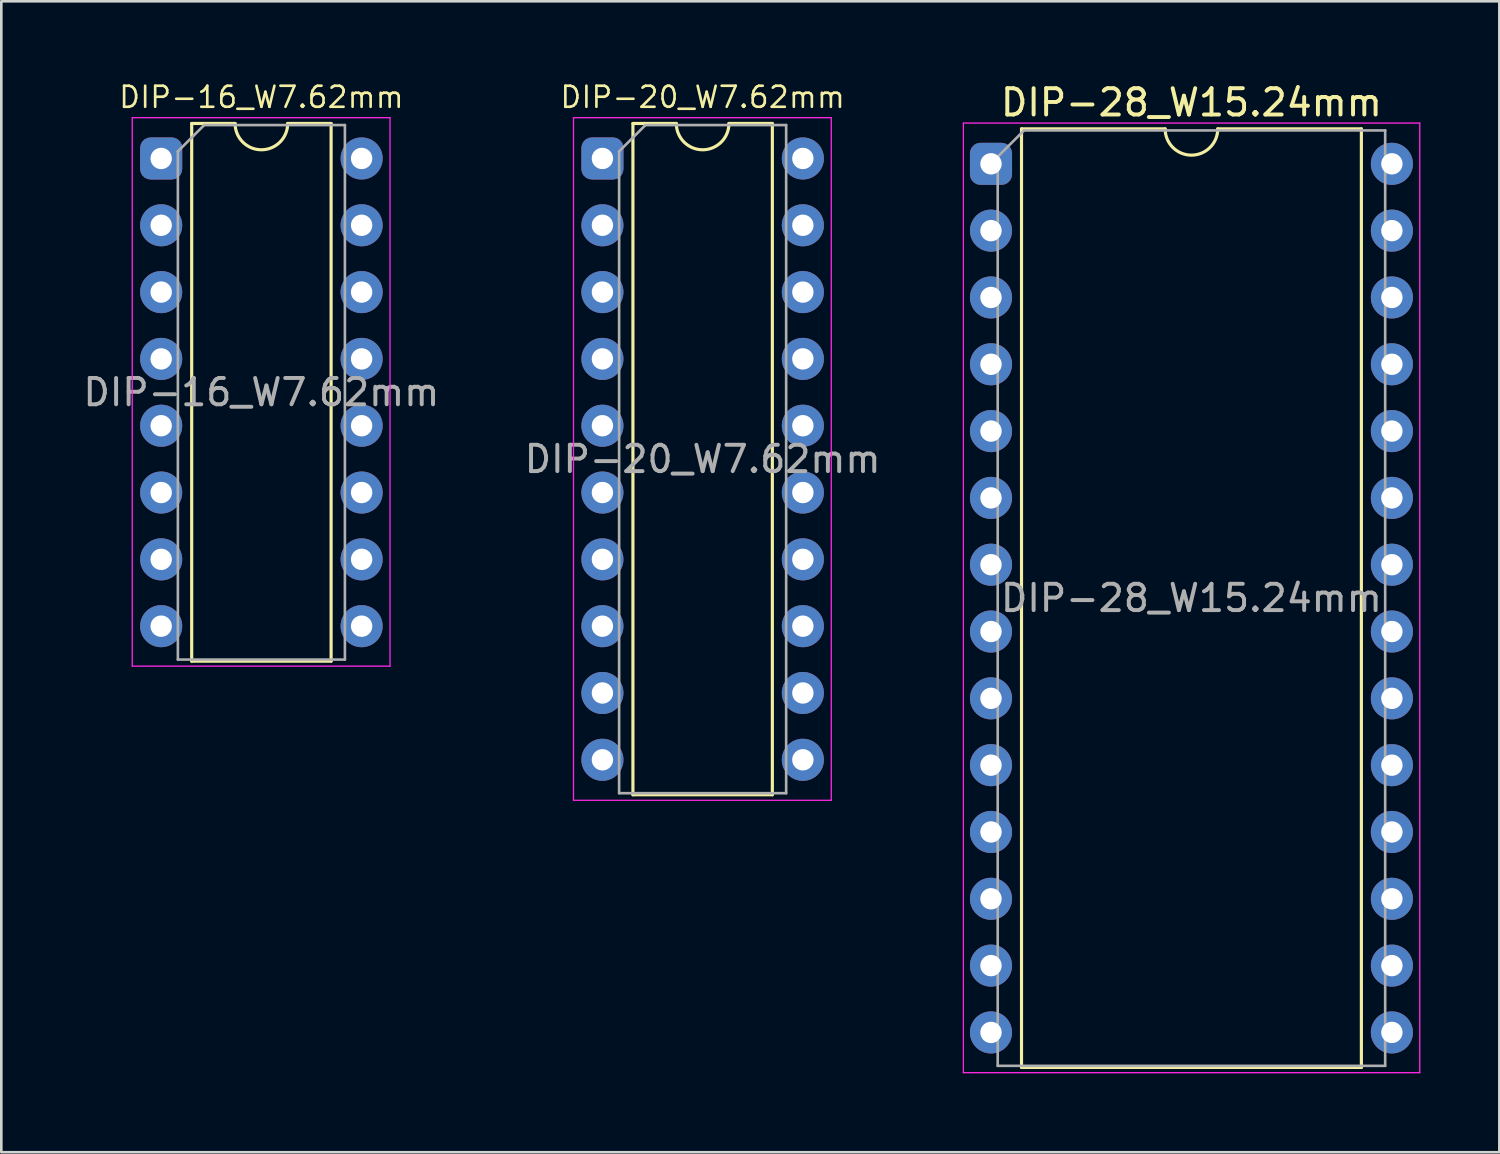
<source format=kicad_pcb>
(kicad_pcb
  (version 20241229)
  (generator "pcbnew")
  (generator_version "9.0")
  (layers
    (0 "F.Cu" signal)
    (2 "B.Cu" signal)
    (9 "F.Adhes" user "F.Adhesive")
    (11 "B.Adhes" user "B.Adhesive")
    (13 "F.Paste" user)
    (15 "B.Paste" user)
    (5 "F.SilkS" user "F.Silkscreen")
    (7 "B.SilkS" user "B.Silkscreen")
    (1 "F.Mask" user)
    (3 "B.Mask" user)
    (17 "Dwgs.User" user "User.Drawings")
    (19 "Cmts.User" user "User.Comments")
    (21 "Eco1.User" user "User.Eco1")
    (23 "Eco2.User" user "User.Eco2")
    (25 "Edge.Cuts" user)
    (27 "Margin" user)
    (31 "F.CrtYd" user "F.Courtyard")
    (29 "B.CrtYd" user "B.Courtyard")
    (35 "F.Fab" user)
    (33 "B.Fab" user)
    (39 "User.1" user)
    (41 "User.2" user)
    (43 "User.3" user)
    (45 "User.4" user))
  (footprint "DIP-20_W7.62mm"
    (layer "F.Cu")
    (at 19.851 2.974)
    (property "Reference" "DIP-20_W7.62mm" (at 3.81 -2.33 0) (unlocked yes) (layer "F.SilkS") (effects (font (size 0.8 0.8) (thickness 0.1))))
    (attr through_hole)
    (fp_line (start 1.16 -1.33) (end 1.16 24.19) (stroke (width 0.12) (type solid)) (layer "F.SilkS"))
    (fp_line (start 1.16 24.19) (end 6.46 24.19) (stroke (width 0.12) (type solid)) (layer "F.SilkS"))
    (fp_line (start 2.81 -1.33) (end 1.16 -1.33) (stroke (width 0.12) (type solid)) (layer "F.SilkS"))
    (fp_line (start 6.46 -1.33) (end 4.81 -1.33) (stroke (width 0.12) (type solid)) (layer "F.SilkS"))
    (fp_line (start 6.46 24.19) (end 6.46 -1.33) (stroke (width 0.12) (type solid)) (layer "F.SilkS"))
    (fp_arc (start 4.81 -1.33) (mid 3.81 -0.33) (end 2.81 -1.33) (stroke (width 0.12) (type solid)) (layer "F.SilkS"))
    (fp_line (start -1.1 -1.55) (end -1.1 24.4) (stroke (width 0.05) (type solid)) (layer "F.CrtYd"))
    (fp_line (start -1.1 24.4) (end 8.7 24.4) (stroke (width 0.05) (type solid)) (layer "F.CrtYd"))
    (fp_line (start 8.7 -1.55) (end -1.1 -1.55) (stroke (width 0.05) (type solid)) (layer "F.CrtYd"))
    (fp_line (start 8.7 24.4) (end 8.7 -1.55) (stroke (width 0.05) (type solid)) (layer "F.CrtYd"))
    (fp_line (start 0.635 -0.27) (end 1.635 -1.27) (stroke (width 0.1) (type solid)) (layer "F.Fab"))
    (fp_line (start 0.635 24.13) (end 0.635 -0.27) (stroke (width 0.1) (type solid)) (layer "F.Fab"))
    (fp_line (start 1.635 -1.27) (end 6.985 -1.27) (stroke (width 0.1) (type solid)) (layer "F.Fab"))
    (fp_line (start 6.985 -1.27) (end 6.985 24.13) (stroke (width 0.1) (type solid)) (layer "F.Fab"))
    (fp_line (start 6.985 24.13) (end 0.635 24.13) (stroke (width 0.1) (type solid)) (layer "F.Fab"))
    (fp_text user "${REFERENCE}" (at 3.81 11.43 0) (layer "F.Fab") (effects (font (size 1 1) (thickness 0.15))))
    (pad "1" thru_hole roundrect (at 0 0) (size 1.6 1.6) (drill 0.813) (layers "*.Cu" "*.Mask") (roundrect_rratio 0.25))
    (pad "2" thru_hole circle (at 0 2.54) (size 1.6 1.6) (drill 0.813) (layers "*.Cu" "*.Mask"))
    (pad "3" thru_hole circle (at 0 5.08) (size 1.6 1.6) (drill 0.813) (layers "*.Cu" "*.Mask"))
    (pad "4" thru_hole circle (at 0 7.62) (size 1.6 1.6) (drill 0.813) (layers "*.Cu" "*.Mask"))
    (pad "5" thru_hole circle (at 0 10.16) (size 1.6 1.6) (drill 0.813) (layers "*.Cu" "*.Mask"))
    (pad "6" thru_hole circle (at 0 12.7) (size 1.6 1.6) (drill 0.813) (layers "*.Cu" "*.Mask"))
    (pad "7" thru_hole circle (at 0 15.24) (size 1.6 1.6) (drill 0.813) (layers "*.Cu" "*.Mask"))
    (pad "8" thru_hole circle (at 0 17.78) (size 1.6 1.6) (drill 0.813) (layers "*.Cu" "*.Mask"))
    (pad "9" thru_hole circle (at 0 20.32) (size 1.6 1.6) (drill 0.813) (layers "*.Cu" "*.Mask"))
    (pad "10" thru_hole circle (at 0 22.86) (size 1.6 1.6) (drill 0.813) (layers "*.Cu" "*.Mask"))
    (pad "11" thru_hole circle (at 7.62 22.86) (size 1.6 1.6) (drill 0.813) (layers "*.Cu" "*.Mask"))
    (pad "12" thru_hole circle (at 7.62 20.32) (size 1.6 1.6) (drill 0.813) (layers "*.Cu" "*.Mask"))
    (pad "13" thru_hole circle (at 7.62 17.78) (size 1.6 1.6) (drill 0.813) (layers "*.Cu" "*.Mask"))
    (pad "14" thru_hole circle (at 7.62 15.24) (size 1.6 1.6) (drill 0.813) (layers "*.Cu" "*.Mask"))
    (pad "15" thru_hole circle (at 7.62 12.7) (size 1.6 1.6) (drill 0.813) (layers "*.Cu" "*.Mask"))
    (pad "16" thru_hole circle (at 7.62 10.16) (size 1.6 1.6) (drill 0.813) (layers "*.Cu" "*.Mask"))
    (pad "17" thru_hole circle (at 7.62 7.62) (size 1.6 1.6) (drill 0.813) (layers "*.Cu" "*.Mask"))
    (pad "18" thru_hole circle (at 7.62 5.08) (size 1.6 1.6) (drill 0.813) (layers "*.Cu" "*.Mask"))
    (pad "19" thru_hole circle (at 7.62 2.54) (size 1.6 1.6) (drill 0.813) (layers "*.Cu" "*.Mask"))
    (pad "20" thru_hole circle (at 7.62 0) (size 1.6 1.6) (drill 0.813) (layers "*.Cu" "*.Mask")))
  (footprint "DIP-28_W15.24mm"
    (layer "F.Cu")
    (at 34.623 3.178)
    (property "Reference" "DIP-28_W15.24mm" (at 7.62 -2.33 0) (layer "F.SilkS") (effects (font (size 1 1) (thickness 0.15))))
    (attr through_hole)
    (fp_line (start 1.16 -1.33) (end 1.16 34.35) (stroke (width 0.12) (type solid)) (layer "F.SilkS"))
    (fp_line (start 1.16 34.35) (end 14.08 34.35) (stroke (width 0.12) (type solid)) (layer "F.SilkS"))
    (fp_line (start 6.62 -1.33) (end 1.16 -1.33) (stroke (width 0.12) (type solid)) (layer "F.SilkS"))
    (fp_line (start 14.08 -1.33) (end 8.62 -1.33) (stroke (width 0.12) (type solid)) (layer "F.SilkS"))
    (fp_line (start 14.08 34.35) (end 14.08 -1.33) (stroke (width 0.12) (type solid)) (layer "F.SilkS"))
    (fp_arc (start 8.62 -1.33) (mid 7.62 -0.33) (end 6.62 -1.33) (stroke (width 0.12) (type solid)) (layer "F.SilkS"))
    (fp_line (start -1.05 -1.55) (end -1.05 34.55) (stroke (width 0.05) (type solid)) (layer "F.CrtYd"))
    (fp_line (start -1.05 34.55) (end 16.3 34.55) (stroke (width 0.05) (type solid)) (layer "F.CrtYd"))
    (fp_line (start 16.3 -1.55) (end -1.05 -1.55) (stroke (width 0.05) (type solid)) (layer "F.CrtYd"))
    (fp_line (start 16.3 34.55) (end 16.3 -1.55) (stroke (width 0.05) (type solid)) (layer "F.CrtYd"))
    (fp_line (start 0.255 -0.27) (end 1.255 -1.27) (stroke (width 0.1) (type solid)) (layer "F.Fab"))
    (fp_line (start 0.255 34.29) (end 0.255 -0.27) (stroke (width 0.1) (type solid)) (layer "F.Fab"))
    (fp_line (start 1.255 -1.27) (end 14.985 -1.27) (stroke (width 0.1) (type solid)) (layer "F.Fab"))
    (fp_line (start 14.985 -1.27) (end 14.985 34.29) (stroke (width 0.1) (type solid)) (layer "F.Fab"))
    (fp_line (start 14.985 34.29) (end 0.255 34.29) (stroke (width 0.1) (type solid)) (layer "F.Fab"))
    (fp_text user "${REFERENCE}" (at 7.62 16.51 0) (layer "F.Fab") (effects (font (size 1 1) (thickness 0.15))))
    (pad "1" thru_hole roundrect (at 0 0) (size 1.6 1.6) (drill 0.813) (layers "*.Cu" "*.Mask") (roundrect_rratio 0.25))
    (pad "2" thru_hole circle (at 0 2.54) (size 1.6 1.6) (drill 0.813) (layers "*.Cu" "*.Mask"))
    (pad "3" thru_hole circle (at 0 5.08) (size 1.6 1.6) (drill 0.813) (layers "*.Cu" "*.Mask"))
    (pad "4" thru_hole circle (at 0 7.62) (size 1.6 1.6) (drill 0.813) (layers "*.Cu" "*.Mask"))
    (pad "5" thru_hole circle (at 0 10.16) (size 1.6 1.6) (drill 0.813) (layers "*.Cu" "*.Mask"))
    (pad "6" thru_hole circle (at 0 12.7) (size 1.6 1.6) (drill 0.813) (layers "*.Cu" "*.Mask"))
    (pad "7" thru_hole circle (at 0 15.24) (size 1.6 1.6) (drill 0.813) (layers "*.Cu" "*.Mask"))
    (pad "8" thru_hole circle (at 0 17.78) (size 1.6 1.6) (drill 0.813) (layers "*.Cu" "*.Mask"))
    (pad "9" thru_hole circle (at 0 20.32) (size 1.6 1.6) (drill 0.813) (layers "*.Cu" "*.Mask"))
    (pad "10" thru_hole circle (at 0 22.86) (size 1.6 1.6) (drill 0.813) (layers "*.Cu" "*.Mask"))
    (pad "11" thru_hole circle (at 0 25.4) (size 1.6 1.6) (drill 0.813) (layers "*.Cu" "*.Mask"))
    (pad "12" thru_hole circle (at 0 27.94) (size 1.6 1.6) (drill 0.813) (layers "*.Cu" "*.Mask"))
    (pad "13" thru_hole circle (at 0 30.48) (size 1.6 1.6) (drill 0.813) (layers "*.Cu" "*.Mask"))
    (pad "14" thru_hole circle (at 0 33.02) (size 1.6 1.6) (drill 0.813) (layers "*.Cu" "*.Mask"))
    (pad "15" thru_hole circle (at 15.24 33.02) (size 1.6 1.6) (drill 0.813) (layers "*.Cu" "*.Mask"))
    (pad "16" thru_hole circle (at 15.24 30.48) (size 1.6 1.6) (drill 0.813) (layers "*.Cu" "*.Mask"))
    (pad "17" thru_hole circle (at 15.24 27.94) (size 1.6 1.6) (drill 0.813) (layers "*.Cu" "*.Mask"))
    (pad "18" thru_hole circle (at 15.24 25.4) (size 1.6 1.6) (drill 0.813) (layers "*.Cu" "*.Mask"))
    (pad "19" thru_hole circle (at 15.24 22.86) (size 1.6 1.6) (drill 0.813) (layers "*.Cu" "*.Mask"))
    (pad "20" thru_hole circle (at 15.24 20.32) (size 1.6 1.6) (drill 0.813) (layers "*.Cu" "*.Mask"))
    (pad "21" thru_hole circle (at 15.24 17.78) (size 1.6 1.6) (drill 0.813) (layers "*.Cu" "*.Mask"))
    (pad "22" thru_hole circle (at 15.24 15.24) (size 1.6 1.6) (drill 0.813) (layers "*.Cu" "*.Mask"))
    (pad "23" thru_hole circle (at 15.24 12.7) (size 1.6 1.6) (drill 0.813) (layers "*.Cu" "*.Mask"))
    (pad "24" thru_hole circle (at 15.24 10.16) (size 1.6 1.6) (drill 0.813) (layers "*.Cu" "*.Mask"))
    (pad "25" thru_hole circle (at 15.24 7.62) (size 1.6 1.6) (drill 0.813) (layers "*.Cu" "*.Mask"))
    (pad "26" thru_hole circle (at 15.24 5.08) (size 1.6 1.6) (drill 0.813) (layers "*.Cu" "*.Mask"))
    (pad "27" thru_hole circle (at 15.24 2.54) (size 1.6 1.6) (drill 0.813) (layers "*.Cu" "*.Mask"))
    (pad "28" thru_hole circle (at 15.24 0) (size 1.6 1.6) (drill 0.813) (layers "*.Cu" "*.Mask")))
  (footprint "DIP-16_W7.62mm"
    (layer "F.Cu")
    (at 3.077 2.974)
    (property "Reference" "DIP-16_W7.62mm" (at 3.81 -2.33 0) (unlocked yes) (layer "F.SilkS") (effects (font (size 0.8 0.8) (thickness 0.1))))
    (attr through_hole)
    (fp_line (start 1.16 -1.33) (end 1.16 19.11) (stroke (width 0.12) (type solid)) (layer "F.SilkS"))
    (fp_line (start 1.16 19.11) (end 6.46 19.11) (stroke (width 0.12) (type solid)) (layer "F.SilkS"))
    (fp_line (start 2.81 -1.33) (end 1.16 -1.33) (stroke (width 0.12) (type solid)) (layer "F.SilkS"))
    (fp_line (start 6.46 -1.33) (end 4.81 -1.33) (stroke (width 0.12) (type solid)) (layer "F.SilkS"))
    (fp_line (start 6.46 19.11) (end 6.46 -1.33) (stroke (width 0.12) (type solid)) (layer "F.SilkS"))
    (fp_arc (start 4.81 -1.33) (mid 3.81 -0.33) (end 2.81 -1.33) (stroke (width 0.12) (type solid)) (layer "F.SilkS"))
    (fp_line (start -1.1 -1.55) (end -1.1 19.3) (stroke (width 0.05) (type solid)) (layer "F.CrtYd"))
    (fp_line (start -1.1 19.3) (end 8.7 19.3) (stroke (width 0.05) (type solid)) (layer "F.CrtYd"))
    (fp_line (start 8.7 -1.55) (end -1.1 -1.55) (stroke (width 0.05) (type solid)) (layer "F.CrtYd"))
    (fp_line (start 8.7 19.3) (end 8.7 -1.55) (stroke (width 0.05) (type solid)) (layer "F.CrtYd"))
    (fp_line (start 0.635 -0.27) (end 1.635 -1.27) (stroke (width 0.1) (type solid)) (layer "F.Fab"))
    (fp_line (start 0.635 19.05) (end 0.635 -0.27) (stroke (width 0.1) (type solid)) (layer "F.Fab"))
    (fp_line (start 1.635 -1.27) (end 6.985 -1.27) (stroke (width 0.1) (type solid)) (layer "F.Fab"))
    (fp_line (start 6.985 -1.27) (end 6.985 19.05) (stroke (width 0.1) (type solid)) (layer "F.Fab"))
    (fp_line (start 6.985 19.05) (end 0.635 19.05) (stroke (width 0.1) (type solid)) (layer "F.Fab"))
    (fp_text user "${REFERENCE}" (at 3.81 8.89 0) (layer "F.Fab") (effects (font (size 1 1) (thickness 0.15))))
    (pad "1" thru_hole roundrect (at 0 0) (size 1.6 1.6) (drill 0.813) (layers "*.Cu" "*.Mask") (roundrect_rratio 0.25))
    (pad "2" thru_hole circle (at 0 2.54) (size 1.6 1.6) (drill 0.813) (layers "*.Cu" "*.Mask"))
    (pad "3" thru_hole circle (at 0 5.08) (size 1.6 1.6) (drill 0.813) (layers "*.Cu" "*.Mask"))
    (pad "4" thru_hole circle (at 0 7.62) (size 1.6 1.6) (drill 0.813) (layers "*.Cu" "*.Mask"))
    (pad "5" thru_hole circle (at 0 10.16) (size 1.6 1.6) (drill 0.813) (layers "*.Cu" "*.Mask"))
    (pad "6" thru_hole circle (at 0 12.7) (size 1.6 1.6) (drill 0.813) (layers "*.Cu" "*.Mask"))
    (pad "7" thru_hole circle (at 0 15.24) (size 1.6 1.6) (drill 0.813) (layers "*.Cu" "*.Mask"))
    (pad "8" thru_hole circle (at 0 17.78) (size 1.6 1.6) (drill 0.813) (layers "*.Cu" "*.Mask"))
    (pad "9" thru_hole circle (at 7.62 17.78) (size 1.6 1.6) (drill 0.813) (layers "*.Cu" "*.Mask"))
    (pad "10" thru_hole circle (at 7.62 15.24) (size 1.6 1.6) (drill 0.813) (layers "*.Cu" "*.Mask"))
    (pad "11" thru_hole circle (at 7.62 12.7) (size 1.6 1.6) (drill 0.813) (layers "*.Cu" "*.Mask"))
    (pad "12" thru_hole circle (at 7.62 10.16) (size 1.6 1.6) (drill 0.813) (layers "*.Cu" "*.Mask"))
    (pad "13" thru_hole circle (at 7.62 7.62) (size 1.6 1.6) (drill 0.813) (layers "*.Cu" "*.Mask"))
    (pad "14" thru_hole circle (at 7.62 5.08) (size 1.6 1.6) (drill 0.813) (layers "*.Cu" "*.Mask"))
    (pad "15" thru_hole circle (at 7.62 2.54) (size 1.6 1.6) (drill 0.813) (layers "*.Cu" "*.Mask"))
    (pad "16" thru_hole circle (at 7.62 0) (size 1.6 1.6) (drill 0.813) (layers "*.Cu" "*.Mask")))
  (gr_rect
    (start -3 -3)
    (end 53.948 40.753)
    (stroke (width 0.1) (type default))
    (fill no)
    (layer "Edge.Cuts")))
</source>
